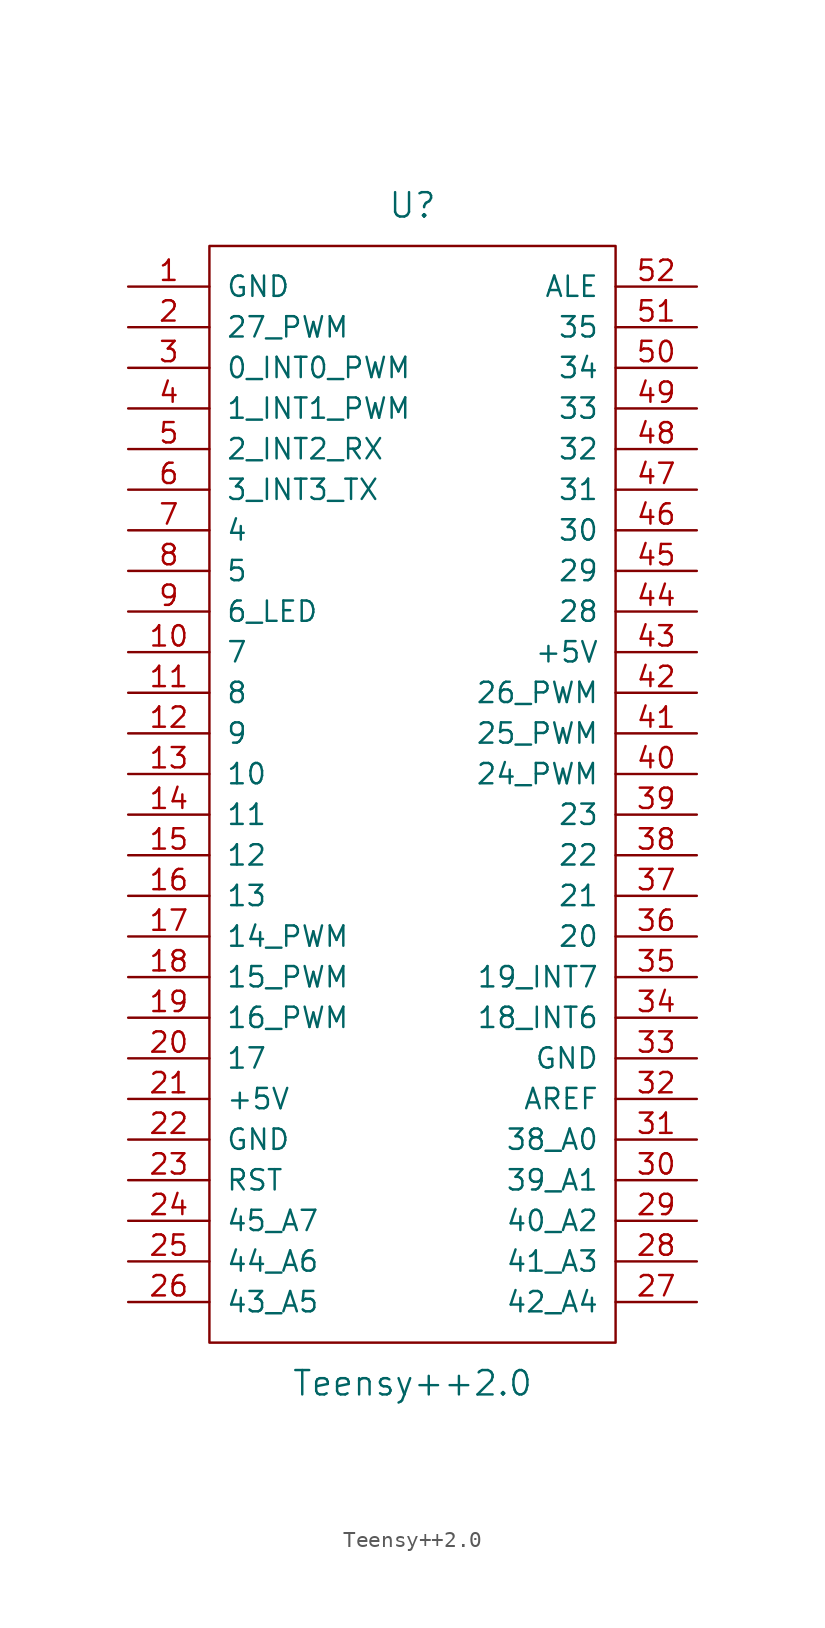
<source format=kicad_sym>
(kicad_symbol_lib
  (version 20211014)
  (generator kicad_symbol_editor)
  (symbol "Teensy++2.0"
    (pin_names
      (offset 1.016))
    (property "Reference" "U"
      (at 0 34.29 0)
      (effects (font (size 1.524 1.524))))
    (property "Value" "Teensy++2.0"
      (at 0 -39.37 0)
      (effects (font (size 1.524 1.524))))
    (property "Footprint" ""
      (at 2.54 -21.59 0)
      (effects (font (size 1.524 1.524))))
    (property "Datasheet" ""
      (at 2.54 -21.59 0)
      (effects (font (size 1.524 1.524))))
    (symbol "Teensy++2.0_0_1"
      (rectangle (start -12.7 31.75) (end 12.7 -36.83) (stroke (width 0) (type default) (color 0 0 0 0)) (fill (type none))))
    (symbol "Teensy++2.0_1_1"
      (pin power_in line (at -17.78 29.21 0) (length 5.08) (name "GND" (effects (font (size 1.27 1.27)))) (number "1" (effects (font (size 1.27 1.27)))))
      (pin bidirectional line (at -17.78 6.35 0) (length 5.08) (name "7" (effects (font (size 1.27 1.27)))) (number "10" (effects (font (size 1.27 1.27)))))
      (pin bidirectional line (at -17.78 3.81 0) (length 5.08) (name "8" (effects (font (size 1.27 1.27)))) (number "11" (effects (font (size 1.27 1.27)))))
      (pin bidirectional line (at -17.78 1.27 0) (length 5.08) (name "9" (effects (font (size 1.27 1.27)))) (number "12" (effects (font (size 1.27 1.27)))))
      (pin bidirectional line (at -17.78 -1.27 0) (length 5.08) (name "10" (effects (font (size 1.27 1.27)))) (number "13" (effects (font (size 1.27 1.27)))))
      (pin bidirectional line (at -17.78 -3.81 0) (length 5.08) (name "11" (effects (font (size 1.27 1.27)))) (number "14" (effects (font (size 1.27 1.27)))))
      (pin bidirectional line (at -17.78 -6.35 0) (length 5.08) (name "12" (effects (font (size 1.27 1.27)))) (number "15" (effects (font (size 1.27 1.27)))))
      (pin bidirectional line (at -17.78 -8.89 0) (length 5.08) (name "13" (effects (font (size 1.27 1.27)))) (number "16" (effects (font (size 1.27 1.27)))))
      (pin bidirectional line (at -17.78 -11.43 0) (length 5.08) (name "14_PWM" (effects (font (size 1.27 1.27)))) (number "17" (effects (font (size 1.27 1.27)))))
      (pin bidirectional line (at -17.78 -13.97 0) (length 5.08) (name "15_PWM" (effects (font (size 1.27 1.27)))) (number "18" (effects (font (size 1.27 1.27)))))
      (pin bidirectional line (at -17.78 -16.51 0) (length 5.08) (name "16_PWM" (effects (font (size 1.27 1.27)))) (number "19" (effects (font (size 1.27 1.27)))))
      (pin bidirectional line (at -17.78 26.67 0) (length 5.08) (name "27_PWM" (effects (font (size 1.27 1.27)))) (number "2" (effects (font (size 1.27 1.27)))))
      (pin bidirectional line (at -17.78 -19.05 0) (length 5.08) (name "17" (effects (font (size 1.27 1.27)))) (number "20" (effects (font (size 1.27 1.27)))))
      (pin power_in line (at -17.78 -21.59 0) (length 5.08) (name "+5V" (effects (font (size 1.27 1.27)))) (number "21" (effects (font (size 1.27 1.27)))))
      (pin power_in line (at -17.78 -24.13 0) (length 5.08) (name "GND" (effects (font (size 1.27 1.27)))) (number "22" (effects (font (size 1.27 1.27)))))
      (pin input line (at -17.78 -26.67 0) (length 5.08) (name "RST" (effects (font (size 1.27 1.27)))) (number "23" (effects (font (size 1.27 1.27)))))
      (pin bidirectional line (at -17.78 -29.21 0) (length 5.08) (name "45_A7" (effects (font (size 1.27 1.27)))) (number "24" (effects (font (size 1.27 1.27)))))
      (pin bidirectional line (at -17.78 -31.75 0) (length 5.08) (name "44_A6" (effects (font (size 1.27 1.27)))) (number "25" (effects (font (size 1.27 1.27)))))
      (pin bidirectional line (at -17.78 -34.29 0) (length 5.08) (name "43_A5" (effects (font (size 1.27 1.27)))) (number "26" (effects (font (size 1.27 1.27)))))
      (pin bidirectional line (at 17.78 -34.29 180) (length 5.08) (name "42_A4" (effects (font (size 1.27 1.27)))) (number "27" (effects (font (size 1.27 1.27)))))
      (pin bidirectional line (at 17.78 -31.75 180) (length 5.08) (name "41_A3" (effects (font (size 1.27 1.27)))) (number "28" (effects (font (size 1.27 1.27)))))
      (pin bidirectional line (at 17.78 -29.21 180) (length 5.08) (name "40_A2" (effects (font (size 1.27 1.27)))) (number "29" (effects (font (size 1.27 1.27)))))
      (pin bidirectional line (at -17.78 24.13 0) (length 5.08) (name "0_INT0_PWM" (effects (font (size 1.27 1.27)))) (number "3" (effects (font (size 1.27 1.27)))))
      (pin bidirectional line (at 17.78 -26.67 180) (length 5.08) (name "39_A1" (effects (font (size 1.27 1.27)))) (number "30" (effects (font (size 1.27 1.27)))))
      (pin bidirectional line (at 17.78 -24.13 180) (length 5.08) (name "38_A0" (effects (font (size 1.27 1.27)))) (number "31" (effects (font (size 1.27 1.27)))))
      (pin input line (at 17.78 -21.59 180) (length 5.08) (name "AREF" (effects (font (size 1.27 1.27)))) (number "32" (effects (font (size 1.27 1.27)))))
      (pin power_in line (at 17.78 -19.05 180) (length 5.08) (name "GND" (effects (font (size 1.27 1.27)))) (number "33" (effects (font (size 1.27 1.27)))))
      (pin bidirectional line (at 17.78 -16.51 180) (length 5.08) (name "18_INT6" (effects (font (size 1.27 1.27)))) (number "34" (effects (font (size 1.27 1.27)))))
      (pin bidirectional line (at 17.78 -13.97 180) (length 5.08) (name "19_INT7" (effects (font (size 1.27 1.27)))) (number "35" (effects (font (size 1.27 1.27)))))
      (pin bidirectional line (at 17.78 -11.43 180) (length 5.08) (name "20" (effects (font (size 1.27 1.27)))) (number "36" (effects (font (size 1.27 1.27)))))
      (pin bidirectional line (at 17.78 -8.89 180) (length 5.08) (name "21" (effects (font (size 1.27 1.27)))) (number "37" (effects (font (size 1.27 1.27)))))
      (pin bidirectional line (at 17.78 -6.35 180) (length 5.08) (name "22" (effects (font (size 1.27 1.27)))) (number "38" (effects (font (size 1.27 1.27)))))
      (pin bidirectional line (at 17.78 -3.81 180) (length 5.08) (name "23" (effects (font (size 1.27 1.27)))) (number "39" (effects (font (size 1.27 1.27)))))
      (pin bidirectional line (at -17.78 21.59 0) (length 5.08) (name "1_INT1_PWM" (effects (font (size 1.27 1.27)))) (number "4" (effects (font (size 1.27 1.27)))))
      (pin bidirectional line (at 17.78 -1.27 180) (length 5.08) (name "24_PWM" (effects (font (size 1.27 1.27)))) (number "40" (effects (font (size 1.27 1.27)))))
      (pin bidirectional line (at 17.78 1.27 180) (length 5.08) (name "25_PWM" (effects (font (size 1.27 1.27)))) (number "41" (effects (font (size 1.27 1.27)))))
      (pin bidirectional line (at 17.78 3.81 180) (length 5.08) (name "26_PWM" (effects (font (size 1.27 1.27)))) (number "42" (effects (font (size 1.27 1.27)))))
      (pin power_in line (at 17.78 6.35 180) (length 5.08) (name "+5V" (effects (font (size 1.27 1.27)))) (number "43" (effects (font (size 1.27 1.27)))))
      (pin bidirectional line (at 17.78 8.89 180) (length 5.08) (name "28" (effects (font (size 1.27 1.27)))) (number "44" (effects (font (size 1.27 1.27)))))
      (pin bidirectional line (at 17.78 11.43 180) (length 5.08) (name "29" (effects (font (size 1.27 1.27)))) (number "45" (effects (font (size 1.27 1.27)))))
      (pin bidirectional line (at 17.78 13.97 180) (length 5.08) (name "30" (effects (font (size 1.27 1.27)))) (number "46" (effects (font (size 1.27 1.27)))))
      (pin bidirectional line (at 17.78 16.51 180) (length 5.08) (name "31" (effects (font (size 1.27 1.27)))) (number "47" (effects (font (size 1.27 1.27)))))
      (pin bidirectional line (at 17.78 19.05 180) (length 5.08) (name "32" (effects (font (size 1.27 1.27)))) (number "48" (effects (font (size 1.27 1.27)))))
      (pin bidirectional line (at 17.78 21.59 180) (length 5.08) (name "33" (effects (font (size 1.27 1.27)))) (number "49" (effects (font (size 1.27 1.27)))))
      (pin bidirectional line (at -17.78 19.05 0) (length 5.08) (name "2_INT2_RX" (effects (font (size 1.27 1.27)))) (number "5" (effects (font (size 1.27 1.27)))))
      (pin bidirectional line (at 17.78 24.13 180) (length 5.08) (name "34" (effects (font (size 1.27 1.27)))) (number "50" (effects (font (size 1.27 1.27)))))
      (pin bidirectional line (at 17.78 26.67 180) (length 5.08) (name "35" (effects (font (size 1.27 1.27)))) (number "51" (effects (font (size 1.27 1.27)))))
      (pin input line (at 17.78 29.21 180) (length 5.08) (name "ALE" (effects (font (size 1.27 1.27)))) (number "52" (effects (font (size 1.27 1.27)))))
      (pin bidirectional line (at -17.78 16.51 0) (length 5.08) (name "3_INT3_TX" (effects (font (size 1.27 1.27)))) (number "6" (effects (font (size 1.27 1.27)))))
      (pin bidirectional line (at -17.78 13.97 0) (length 5.08) (name "4" (effects (font (size 1.27 1.27)))) (number "7" (effects (font (size 1.27 1.27)))))
      (pin bidirectional line (at -17.78 11.43 0) (length 5.08) (name "5" (effects (font (size 1.27 1.27)))) (number "8" (effects (font (size 1.27 1.27)))))
      (pin bidirectional line (at -17.78 8.89 0) (length 5.08) (name "6_LED" (effects (font (size 1.27 1.27)))) (number "9" (effects (font (size 1.27 1.27))))))))
</source>
